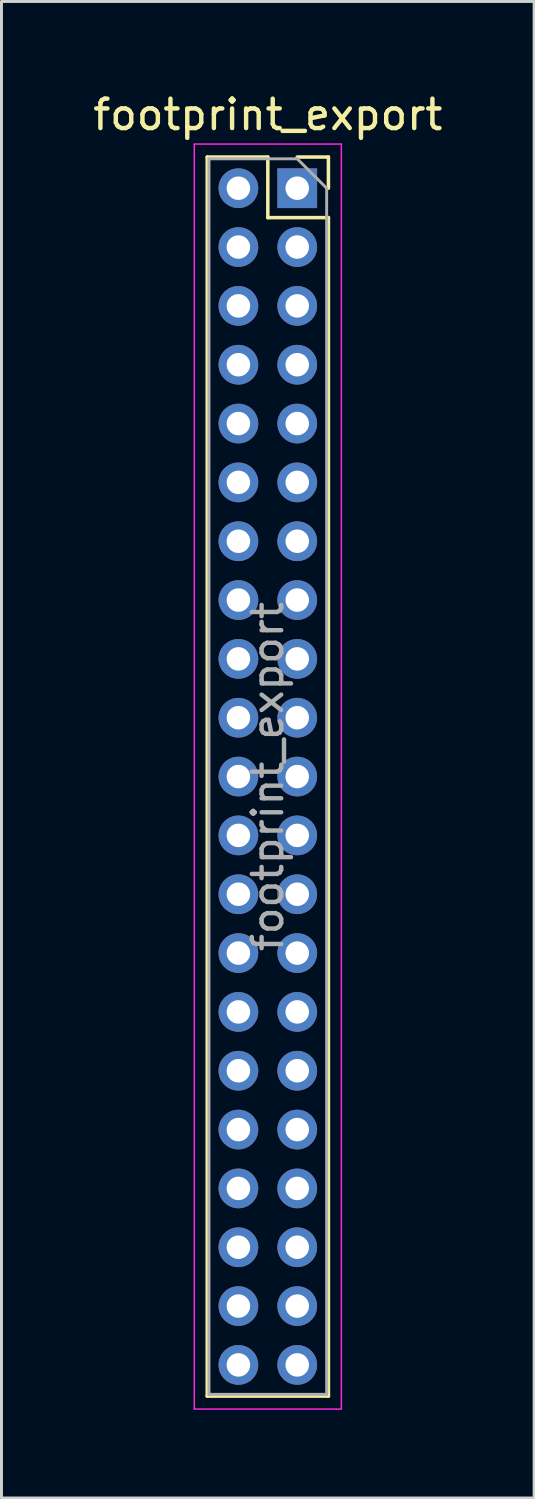
<source format=kicad_pcb>
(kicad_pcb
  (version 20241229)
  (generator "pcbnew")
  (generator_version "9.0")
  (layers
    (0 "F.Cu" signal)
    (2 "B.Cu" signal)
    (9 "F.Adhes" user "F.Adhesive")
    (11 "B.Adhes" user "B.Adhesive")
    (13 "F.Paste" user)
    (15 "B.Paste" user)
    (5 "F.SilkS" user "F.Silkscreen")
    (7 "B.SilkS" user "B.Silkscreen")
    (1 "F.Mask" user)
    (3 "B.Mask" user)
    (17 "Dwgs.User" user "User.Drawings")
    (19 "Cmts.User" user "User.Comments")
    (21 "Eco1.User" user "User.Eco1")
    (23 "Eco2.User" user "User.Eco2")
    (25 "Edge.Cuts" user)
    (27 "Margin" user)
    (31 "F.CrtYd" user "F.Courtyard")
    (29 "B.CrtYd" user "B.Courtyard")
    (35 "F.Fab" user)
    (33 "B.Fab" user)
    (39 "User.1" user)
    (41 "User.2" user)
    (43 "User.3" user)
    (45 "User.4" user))
  (footprint "footprint_export"
    (layer "F.Cu")
    (at 7.054 3.348)
    (property "Reference" "footprint_export" (at -1 -2.5 0) (layer "F.SilkS") (effects (font (size 1 1) (thickness 0.15))))
    (attr through_hole)
    (fp_line (start -3.06 -1.06) (end -3.06 41.06) (stroke (width 0.12) (type solid)) (layer "F.SilkS"))
    (fp_line (start -3.06 -1.06) (end -1 -1.06) (stroke (width 0.12) (type solid)) (layer "F.SilkS"))
    (fp_line (start -3.06 41.06) (end 1.06 41.06) (stroke (width 0.12) (type solid)) (layer "F.SilkS"))
    (fp_line (start -1 -1.06) (end -1 1) (stroke (width 0.12) (type solid)) (layer "F.SilkS"))
    (fp_line (start -1 1) (end 1.06 1) (stroke (width 0.12) (type solid)) (layer "F.SilkS"))
    (fp_line (start 0 -1.06) (end 1.06 -1.06) (stroke (width 0.12) (type solid)) (layer "F.SilkS"))
    (fp_line (start 1.06 -1.06) (end 1.06 0) (stroke (width 0.12) (type solid)) (layer "F.SilkS"))
    (fp_line (start 1.06 1) (end 1.06 41.06) (stroke (width 0.12) (type solid)) (layer "F.SilkS"))
    (fp_line (start -3.5 -1.5) (end 1.5 -1.5) (stroke (width 0.05) (type solid)) (layer "F.CrtYd"))
    (fp_line (start -3.5 41.5) (end -3.5 -1.5) (stroke (width 0.05) (type solid)) (layer "F.CrtYd"))
    (fp_line (start 1.5 -1.5) (end 1.5 41.5) (stroke (width 0.05) (type solid)) (layer "F.CrtYd"))
    (fp_line (start 1.5 41.5) (end -3.5 41.5) (stroke (width 0.05) (type solid)) (layer "F.CrtYd"))
    (fp_line (start -3 -1) (end 0 -1) (stroke (width 0.1) (type solid)) (layer "F.Fab"))
    (fp_line (start -3 41) (end -3 -1) (stroke (width 0.1) (type solid)) (layer "F.Fab"))
    (fp_line (start 0 -1) (end 1 0) (stroke (width 0.1) (type solid)) (layer "F.Fab"))
    (fp_line (start 1 0) (end 1 41) (stroke (width 0.1) (type solid)) (layer "F.Fab"))
    (fp_line (start 1 41) (end -3 41) (stroke (width 0.1) (type solid)) (layer "F.Fab"))
    (fp_text user "${REFERENCE}" (at -1 20 90) (layer "F.Fab") (effects (font (size 1 1) (thickness 0.15))))
    (pad "1" thru_hole rect (at 0 0) (size 1.35 1.35) (drill 0.8) (layers "*.Cu" "*.Mask"))
    (pad "2" thru_hole oval (at -2 0) (size 1.35 1.35) (drill 0.8) (layers "*.Cu" "*.Mask"))
    (pad "3" thru_hole oval (at 0 2) (size 1.35 1.35) (drill 0.8) (layers "*.Cu" "*.Mask"))
    (pad "4" thru_hole oval (at -2 2) (size 1.35 1.35) (drill 0.8) (layers "*.Cu" "*.Mask"))
    (pad "5" thru_hole oval (at 0 4) (size 1.35 1.35) (drill 0.8) (layers "*.Cu" "*.Mask"))
    (pad "6" thru_hole oval (at -2 4) (size 1.35 1.35) (drill 0.8) (layers "*.Cu" "*.Mask"))
    (pad "7" thru_hole oval (at 0 6) (size 1.35 1.35) (drill 0.8) (layers "*.Cu" "*.Mask"))
    (pad "8" thru_hole oval (at -2 6) (size 1.35 1.35) (drill 0.8) (layers "*.Cu" "*.Mask"))
    (pad "9" thru_hole oval (at 0 8) (size 1.35 1.35) (drill 0.8) (layers "*.Cu" "*.Mask"))
    (pad "10" thru_hole oval (at -2 8) (size 1.35 1.35) (drill 0.8) (layers "*.Cu" "*.Mask"))
    (pad "11" thru_hole oval (at 0 10) (size 1.35 1.35) (drill 0.8) (layers "*.Cu" "*.Mask"))
    (pad "12" thru_hole oval (at -2 10) (size 1.35 1.35) (drill 0.8) (layers "*.Cu" "*.Mask"))
    (pad "13" thru_hole oval (at 0 12) (size 1.35 1.35) (drill 0.8) (layers "*.Cu" "*.Mask"))
    (pad "14" thru_hole oval (at -2 12) (size 1.35 1.35) (drill 0.8) (layers "*.Cu" "*.Mask"))
    (pad "15" thru_hole oval (at 0 14) (size 1.35 1.35) (drill 0.8) (layers "*.Cu" "*.Mask"))
    (pad "16" thru_hole oval (at -2 14) (size 1.35 1.35) (drill 0.8) (layers "*.Cu" "*.Mask"))
    (pad "17" thru_hole oval (at 0 16) (size 1.35 1.35) (drill 0.8) (layers "*.Cu" "*.Mask"))
    (pad "18" thru_hole oval (at -2 16) (size 1.35 1.35) (drill 0.8) (layers "*.Cu" "*.Mask"))
    (pad "19" thru_hole oval (at 0 18) (size 1.35 1.35) (drill 0.8) (layers "*.Cu" "*.Mask"))
    (pad "20" thru_hole oval (at -2 18) (size 1.35 1.35) (drill 0.8) (layers "*.Cu" "*.Mask"))
    (pad "21" thru_hole oval (at 0 20) (size 1.35 1.35) (drill 0.8) (layers "*.Cu" "*.Mask"))
    (pad "22" thru_hole oval (at -2 20) (size 1.35 1.35) (drill 0.8) (layers "*.Cu" "*.Mask"))
    (pad "23" thru_hole oval (at 0 22) (size 1.35 1.35) (drill 0.8) (layers "*.Cu" "*.Mask"))
    (pad "24" thru_hole oval (at -2 22) (size 1.35 1.35) (drill 0.8) (layers "*.Cu" "*.Mask"))
    (pad "25" thru_hole oval (at 0 24) (size 1.35 1.35) (drill 0.8) (layers "*.Cu" "*.Mask"))
    (pad "26" thru_hole oval (at -2 24) (size 1.35 1.35) (drill 0.8) (layers "*.Cu" "*.Mask"))
    (pad "27" thru_hole oval (at 0 26) (size 1.35 1.35) (drill 0.8) (layers "*.Cu" "*.Mask"))
    (pad "28" thru_hole oval (at -2 26) (size 1.35 1.35) (drill 0.8) (layers "*.Cu" "*.Mask"))
    (pad "29" thru_hole oval (at 0 28) (size 1.35 1.35) (drill 0.8) (layers "*.Cu" "*.Mask"))
    (pad "30" thru_hole oval (at -2 28) (size 1.35 1.35) (drill 0.8) (layers "*.Cu" "*.Mask"))
    (pad "31" thru_hole oval (at 0 30) (size 1.35 1.35) (drill 0.8) (layers "*.Cu" "*.Mask"))
    (pad "32" thru_hole oval (at -2 30) (size 1.35 1.35) (drill 0.8) (layers "*.Cu" "*.Mask"))
    (pad "33" thru_hole oval (at 0 32) (size 1.35 1.35) (drill 0.8) (layers "*.Cu" "*.Mask"))
    (pad "34" thru_hole oval (at -2 32) (size 1.35 1.35) (drill 0.8) (layers "*.Cu" "*.Mask"))
    (pad "35" thru_hole oval (at 0 34) (size 1.35 1.35) (drill 0.8) (layers "*.Cu" "*.Mask"))
    (pad "36" thru_hole oval (at -2 34) (size 1.35 1.35) (drill 0.8) (layers "*.Cu" "*.Mask"))
    (pad "37" thru_hole oval (at 0 36) (size 1.35 1.35) (drill 0.8) (layers "*.Cu" "*.Mask"))
    (pad "38" thru_hole oval (at -2 36) (size 1.35 1.35) (drill 0.8) (layers "*.Cu" "*.Mask"))
    (pad "39" thru_hole oval (at 0 38) (size 1.35 1.35) (drill 0.8) (layers "*.Cu" "*.Mask"))
    (pad "40" thru_hole oval (at -2 38) (size 1.35 1.35) (drill 0.8) (layers "*.Cu" "*.Mask"))
    (pad "41" thru_hole oval (at 0 40) (size 1.35 1.35) (drill 0.8) (layers "*.Cu" "*.Mask"))
    (pad "42" thru_hole oval (at -2 40) (size 1.35 1.35) (drill 0.8) (layers "*.Cu" "*.Mask")))
  (gr_rect
    (start -3 -3)
    (end 15.107 47.873)
    (stroke (width 0.1) (type default))
    (fill no)
    (layer "Edge.Cuts")))
</source>
